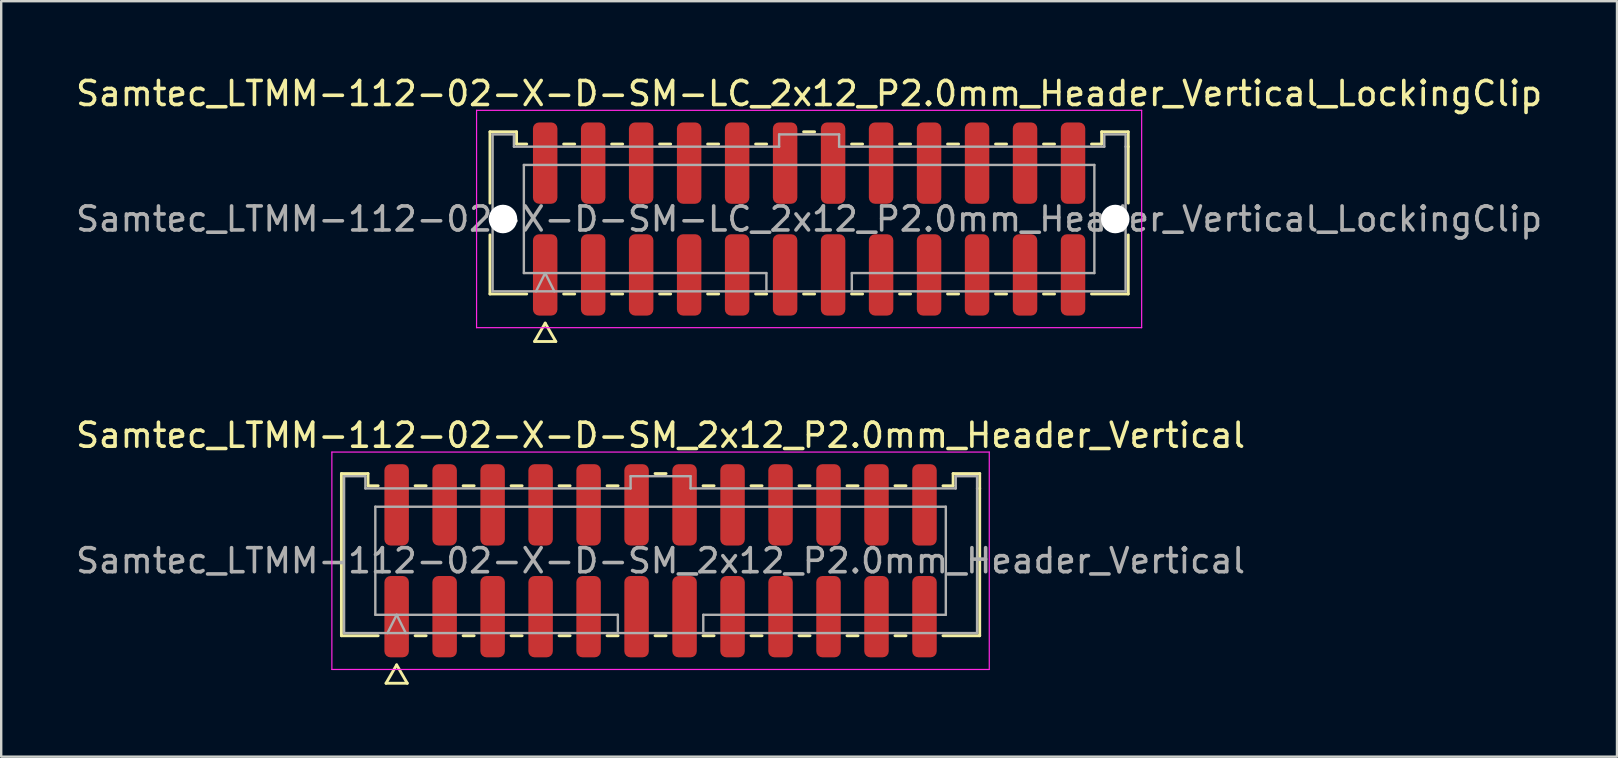
<source format=kicad_pcb>
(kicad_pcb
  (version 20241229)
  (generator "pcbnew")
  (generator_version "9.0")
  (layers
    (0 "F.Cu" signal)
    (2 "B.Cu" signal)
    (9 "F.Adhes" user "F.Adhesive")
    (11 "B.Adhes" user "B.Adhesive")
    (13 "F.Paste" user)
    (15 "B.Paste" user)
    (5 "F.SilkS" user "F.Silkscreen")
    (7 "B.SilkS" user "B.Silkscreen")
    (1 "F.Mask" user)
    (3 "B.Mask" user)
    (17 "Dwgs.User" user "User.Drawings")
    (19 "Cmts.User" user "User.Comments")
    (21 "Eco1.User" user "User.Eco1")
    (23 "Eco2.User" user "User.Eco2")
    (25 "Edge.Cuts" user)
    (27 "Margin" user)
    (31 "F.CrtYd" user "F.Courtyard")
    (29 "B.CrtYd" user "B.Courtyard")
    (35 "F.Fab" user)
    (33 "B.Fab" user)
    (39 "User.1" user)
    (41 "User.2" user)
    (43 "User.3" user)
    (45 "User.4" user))
  (footprint "Samtec_LTMM-112-02-X-D-SM_2x12_P2.0mm_Header_Vertical"
    (layer "F.Cu")
    (at 24.482 20.322)
    (property "Reference" "Samtec_LTMM-112-02-X-D-SM_2x12_P2.0mm_Header_Vertical" (at 0 -5.23 0) (layer "F.SilkS") (effects (font (size 1 1) (thickness 0.15))))
    (attr smd)
    (fp_line (start -13.302 -3.635) (end -12.193 -3.635) (stroke (width 0.12) (type solid)) (layer "F.SilkS"))
    (fp_line (start -13.302 3.125) (end -13.302 -3.635) (stroke (width 0.12) (type solid)) (layer "F.SilkS"))
    (fp_line (start -12.193 -3.635) (end -12.193 -3.125) (stroke (width 0.12) (type solid)) (layer "F.SilkS"))
    (fp_line (start -12.193 -3.125) (end -11.77 -3.125) (stroke (width 0.12) (type solid)) (layer "F.SilkS"))
    (fp_line (start -11.77 3.125) (end -13.302 3.125) (stroke (width 0.12) (type solid)) (layer "F.SilkS"))
    (fp_line (start -11.442 5.105) (end -11 4.34) (stroke (width 0.12) (type solid)) (layer "F.SilkS"))
    (fp_line (start -11 4.34) (end -10.558 5.105) (stroke (width 0.12) (type solid)) (layer "F.SilkS"))
    (fp_line (start -10.558 5.105) (end -11.442 5.105) (stroke (width 0.12) (type solid)) (layer "F.SilkS"))
    (fp_line (start -10.23 -3.125) (end -9.77 -3.125) (stroke (width 0.12) (type solid)) (layer "F.SilkS"))
    (fp_line (start -9.77 3.125) (end -10.23 3.125) (stroke (width 0.12) (type solid)) (layer "F.SilkS"))
    (fp_line (start -8.23 -3.125) (end -7.77 -3.125) (stroke (width 0.12) (type solid)) (layer "F.SilkS"))
    (fp_line (start -7.77 3.125) (end -8.23 3.125) (stroke (width 0.12) (type solid)) (layer "F.SilkS"))
    (fp_line (start -6.23 -3.125) (end -5.77 -3.125) (stroke (width 0.12) (type solid)) (layer "F.SilkS"))
    (fp_line (start -5.77 3.125) (end -6.23 3.125) (stroke (width 0.12) (type solid)) (layer "F.SilkS"))
    (fp_line (start -4.23 -3.125) (end -3.77 -3.125) (stroke (width 0.12) (type solid)) (layer "F.SilkS"))
    (fp_line (start -3.77 3.125) (end -4.23 3.125) (stroke (width 0.12) (type solid)) (layer "F.SilkS"))
    (fp_line (start -2.23 -3.125) (end -1.77 -3.125) (stroke (width 0.12) (type solid)) (layer "F.SilkS"))
    (fp_line (start -1.77 3.125) (end -2.23 3.125) (stroke (width 0.12) (type solid)) (layer "F.SilkS"))
    (fp_line (start -0.23 -3.635) (end 0.23 -3.635) (stroke (width 0.12) (type solid)) (layer "F.SilkS"))
    (fp_line (start 0.23 3.125) (end -0.23 3.125) (stroke (width 0.12) (type solid)) (layer "F.SilkS"))
    (fp_line (start 1.77 -3.125) (end 2.23 -3.125) (stroke (width 0.12) (type solid)) (layer "F.SilkS"))
    (fp_line (start 2.23 3.125) (end 1.77 3.125) (stroke (width 0.12) (type solid)) (layer "F.SilkS"))
    (fp_line (start 3.77 -3.125) (end 4.23 -3.125) (stroke (width 0.12) (type solid)) (layer "F.SilkS"))
    (fp_line (start 4.23 3.125) (end 3.77 3.125) (stroke (width 0.12) (type solid)) (layer "F.SilkS"))
    (fp_line (start 5.77 -3.125) (end 6.23 -3.125) (stroke (width 0.12) (type solid)) (layer "F.SilkS"))
    (fp_line (start 6.23 3.125) (end 5.77 3.125) (stroke (width 0.12) (type solid)) (layer "F.SilkS"))
    (fp_line (start 7.77 -3.125) (end 8.23 -3.125) (stroke (width 0.12) (type solid)) (layer "F.SilkS"))
    (fp_line (start 8.23 3.125) (end 7.77 3.125) (stroke (width 0.12) (type solid)) (layer "F.SilkS"))
    (fp_line (start 9.77 -3.125) (end 10.23 -3.125) (stroke (width 0.12) (type solid)) (layer "F.SilkS"))
    (fp_line (start 10.23 3.125) (end 9.77 3.125) (stroke (width 0.12) (type solid)) (layer "F.SilkS"))
    (fp_line (start 11.77 -3.125) (end 12.193 -3.125) (stroke (width 0.12) (type solid)) (layer "F.SilkS"))
    (fp_line (start 12.193 -3.635) (end 13.302 -3.635) (stroke (width 0.12) (type solid)) (layer "F.SilkS"))
    (fp_line (start 12.193 -3.125) (end 12.193 -3.635) (stroke (width 0.12) (type solid)) (layer "F.SilkS"))
    (fp_line (start 13.302 -3.635) (end 13.302 -3.015) (stroke (width 0.12) (type solid)) (layer "F.SilkS"))
    (fp_line (start 13.302 -3.015) (end 13.302 3.125) (stroke (width 0.12) (type solid)) (layer "F.SilkS"))
    (fp_line (start 13.302 3.125) (end 11.77 3.125) (stroke (width 0.12) (type solid)) (layer "F.SilkS"))
    (fp_line (start -13.7 -4.53) (end -13.7 4.53) (stroke (width 0.05) (type solid)) (layer "F.CrtYd"))
    (fp_line (start -13.7 4.53) (end 13.7 4.53) (stroke (width 0.05) (type solid)) (layer "F.CrtYd"))
    (fp_line (start 13.7 -4.53) (end -13.7 -4.53) (stroke (width 0.05) (type solid)) (layer "F.CrtYd"))
    (fp_line (start 13.7 4.53) (end 13.7 -4.53) (stroke (width 0.05) (type solid)) (layer "F.CrtYd"))
    (fp_line (start -13.191 -3.525) (end -12.303 -3.525) (stroke (width 0.1) (type solid)) (layer "F.Fab"))
    (fp_line (start -13.191 3.015) (end -13.191 -3.525) (stroke (width 0.1) (type solid)) (layer "F.Fab"))
    (fp_line (start -12.303 -3.525) (end -12.303 -3.015) (stroke (width 0.1) (type solid)) (layer "F.Fab"))
    (fp_line (start -12.303 -3.015) (end -1.25 -3.015) (stroke (width 0.1) (type solid)) (layer "F.Fab"))
    (fp_line (start -11.889 -2.253) (end 11.889 -2.253) (stroke (width 0.1) (type solid)) (layer "F.Fab"))
    (fp_line (start -11.889 2.253) (end -11.889 -2.253) (stroke (width 0.1) (type solid)) (layer "F.Fab"))
    (fp_line (start -11.381 3.015) (end -11 2.253) (stroke (width 0.1) (type solid)) (layer "F.Fab"))
    (fp_line (start -11 2.253) (end -10.619 3.015) (stroke (width 0.1) (type solid)) (layer "F.Fab"))
    (fp_line (start -1.78 2.253) (end -11.889 2.253) (stroke (width 0.1) (type solid)) (layer "F.Fab"))
    (fp_line (start -1.78 3.015) (end -1.78 2.253) (stroke (width 0.1) (type solid)) (layer "F.Fab"))
    (fp_line (start -1.25 -3.525) (end 1.25 -3.525) (stroke (width 0.1) (type solid)) (layer "F.Fab"))
    (fp_line (start -1.25 -3.015) (end -1.25 -3.525) (stroke (width 0.1) (type solid)) (layer "F.Fab"))
    (fp_line (start 1.25 -3.525) (end 1.25 -3.015) (stroke (width 0.1) (type solid)) (layer "F.Fab"))
    (fp_line (start 1.25 -3.015) (end 12.303 -3.015) (stroke (width 0.1) (type solid)) (layer "F.Fab"))
    (fp_line (start 1.78 2.253) (end 1.78 3.015) (stroke (width 0.1) (type solid)) (layer "F.Fab"))
    (fp_line (start 11.889 -2.253) (end 11.889 2.253) (stroke (width 0.1) (type solid)) (layer "F.Fab"))
    (fp_line (start 11.889 2.253) (end 1.78 2.253) (stroke (width 0.1) (type solid)) (layer "F.Fab"))
    (fp_line (start 12.303 -3.525) (end 13.191 -3.525) (stroke (width 0.1) (type solid)) (layer "F.Fab"))
    (fp_line (start 12.303 -3.015) (end 12.303 -3.525) (stroke (width 0.1) (type solid)) (layer "F.Fab"))
    (fp_line (start 13.191 -3.525) (end 13.191 -3.015) (stroke (width 0.1) (type solid)) (layer "F.Fab"))
    (fp_line (start 13.191 -3.015) (end 13.191 3.015) (stroke (width 0.1) (type solid)) (layer "F.Fab"))
    (fp_line (start 13.191 3.015) (end -13.191 3.015) (stroke (width 0.1) (type solid)) (layer "F.Fab"))
    (fp_text user "${REFERENCE}" (at 0 0 0) (layer "F.Fab") (effects (font (size 1 1) (thickness 0.15))))
    (pad "1" smd roundrect (at -11 2.33) (size 1.02 3.39) (layers "F.Cu" "F.Mask" "F.Paste") (roundrect_rratio 0.25))
    (pad "2" smd roundrect (at -11 -2.33) (size 1.02 3.39) (layers "F.Cu" "F.Mask" "F.Paste") (roundrect_rratio 0.25))
    (pad "3" smd roundrect (at -9 2.33) (size 1.02 3.39) (layers "F.Cu" "F.Mask" "F.Paste") (roundrect_rratio 0.25))
    (pad "4" smd roundrect (at -9 -2.33) (size 1.02 3.39) (layers "F.Cu" "F.Mask" "F.Paste") (roundrect_rratio 0.25))
    (pad "5" smd roundrect (at -7 2.33) (size 1.02 3.39) (layers "F.Cu" "F.Mask" "F.Paste") (roundrect_rratio 0.25))
    (pad "6" smd roundrect (at -7 -2.33) (size 1.02 3.39) (layers "F.Cu" "F.Mask" "F.Paste") (roundrect_rratio 0.25))
    (pad "7" smd roundrect (at -5 2.33) (size 1.02 3.39) (layers "F.Cu" "F.Mask" "F.Paste") (roundrect_rratio 0.25))
    (pad "8" smd roundrect (at -5 -2.33) (size 1.02 3.39) (layers "F.Cu" "F.Mask" "F.Paste") (roundrect_rratio 0.25))
    (pad "9" smd roundrect (at -3 2.33) (size 1.02 3.39) (layers "F.Cu" "F.Mask" "F.Paste") (roundrect_rratio 0.25))
    (pad "10" smd roundrect (at -3 -2.33) (size 1.02 3.39) (layers "F.Cu" "F.Mask" "F.Paste") (roundrect_rratio 0.25))
    (pad "11" smd roundrect (at -1 2.33) (size 1.02 3.39) (layers "F.Cu" "F.Mask" "F.Paste") (roundrect_rratio 0.25))
    (pad "12" smd roundrect (at -1 -2.33) (size 1.02 3.39) (layers "F.Cu" "F.Mask" "F.Paste") (roundrect_rratio 0.25))
    (pad "13" smd roundrect (at 1 2.33) (size 1.02 3.39) (layers "F.Cu" "F.Mask" "F.Paste") (roundrect_rratio 0.25))
    (pad "14" smd roundrect (at 1 -2.33) (size 1.02 3.39) (layers "F.Cu" "F.Mask" "F.Paste") (roundrect_rratio 0.25))
    (pad "15" smd roundrect (at 3 2.33) (size 1.02 3.39) (layers "F.Cu" "F.Mask" "F.Paste") (roundrect_rratio 0.25))
    (pad "16" smd roundrect (at 3 -2.33) (size 1.02 3.39) (layers "F.Cu" "F.Mask" "F.Paste") (roundrect_rratio 0.25))
    (pad "17" smd roundrect (at 5 2.33) (size 1.02 3.39) (layers "F.Cu" "F.Mask" "F.Paste") (roundrect_rratio 0.25))
    (pad "18" smd roundrect (at 5 -2.33) (size 1.02 3.39) (layers "F.Cu" "F.Mask" "F.Paste") (roundrect_rratio 0.25))
    (pad "19" smd roundrect (at 7 2.33) (size 1.02 3.39) (layers "F.Cu" "F.Mask" "F.Paste") (roundrect_rratio 0.25))
    (pad "20" smd roundrect (at 7 -2.33) (size 1.02 3.39) (layers "F.Cu" "F.Mask" "F.Paste") (roundrect_rratio 0.25))
    (pad "21" smd roundrect (at 9 2.33) (size 1.02 3.39) (layers "F.Cu" "F.Mask" "F.Paste") (roundrect_rratio 0.25))
    (pad "22" smd roundrect (at 9 -2.33) (size 1.02 3.39) (layers "F.Cu" "F.Mask" "F.Paste") (roundrect_rratio 0.25))
    (pad "23" smd roundrect (at 11 2.33) (size 1.02 3.39) (layers "F.Cu" "F.Mask" "F.Paste") (roundrect_rratio 0.25))
    (pad "24" smd roundrect (at 11 -2.33) (size 1.02 3.39) (layers "F.Cu" "F.Mask" "F.Paste") (roundrect_rratio 0.25)))
  (footprint "Samtec_LTMM-112-02-X-D-SM-LC_2x12_P2.0mm_Header_Vertical_LockingClip"
    (layer "F.Cu")
    (at 30.673 6.078)
    (property "Reference" "Samtec_LTMM-112-02-X-D-SM-LC_2x12_P2.0mm_Header_Vertical_LockingClip" (at 0 -5.23 0) (layer "F.SilkS") (effects (font (size 1 1) (thickness 0.15))))
    (attr smd)
    (fp_line (start -13.302 -3.635) (end -12.193 -3.635) (stroke (width 0.12) (type solid)) (layer "F.SilkS"))
    (fp_line (start -13.302 -0.662) (end -13.302 -3.635) (stroke (width 0.12) (type solid)) (layer "F.SilkS"))
    (fp_line (start -13.302 3.125) (end -13.302 0.662) (stroke (width 0.12) (type solid)) (layer "F.SilkS"))
    (fp_line (start -12.193 -3.635) (end -12.193 -3.125) (stroke (width 0.12) (type solid)) (layer "F.SilkS"))
    (fp_line (start -12.193 -3.125) (end -11.77 -3.125) (stroke (width 0.12) (type solid)) (layer "F.SilkS"))
    (fp_line (start -11.77 3.125) (end -13.302 3.125) (stroke (width 0.12) (type solid)) (layer "F.SilkS"))
    (fp_line (start -11.442 5.105) (end -11 4.34) (stroke (width 0.12) (type solid)) (layer "F.SilkS"))
    (fp_line (start -11 4.34) (end -10.558 5.105) (stroke (width 0.12) (type solid)) (layer "F.SilkS"))
    (fp_line (start -10.558 5.105) (end -11.442 5.105) (stroke (width 0.12) (type solid)) (layer "F.SilkS"))
    (fp_line (start -10.23 -3.125) (end -9.77 -3.125) (stroke (width 0.12) (type solid)) (layer "F.SilkS"))
    (fp_line (start -9.77 3.125) (end -10.23 3.125) (stroke (width 0.12) (type solid)) (layer "F.SilkS"))
    (fp_line (start -8.23 -3.125) (end -7.77 -3.125) (stroke (width 0.12) (type solid)) (layer "F.SilkS"))
    (fp_line (start -7.77 3.125) (end -8.23 3.125) (stroke (width 0.12) (type solid)) (layer "F.SilkS"))
    (fp_line (start -6.23 -3.125) (end -5.77 -3.125) (stroke (width 0.12) (type solid)) (layer "F.SilkS"))
    (fp_line (start -5.77 3.125) (end -6.23 3.125) (stroke (width 0.12) (type solid)) (layer "F.SilkS"))
    (fp_line (start -4.23 -3.125) (end -3.77 -3.125) (stroke (width 0.12) (type solid)) (layer "F.SilkS"))
    (fp_line (start -3.77 3.125) (end -4.23 3.125) (stroke (width 0.12) (type solid)) (layer "F.SilkS"))
    (fp_line (start -2.23 -3.125) (end -1.77 -3.125) (stroke (width 0.12) (type solid)) (layer "F.SilkS"))
    (fp_line (start -1.77 3.125) (end -2.23 3.125) (stroke (width 0.12) (type solid)) (layer "F.SilkS"))
    (fp_line (start -0.23 -3.635) (end 0.23 -3.635) (stroke (width 0.12) (type solid)) (layer "F.SilkS"))
    (fp_line (start 0.23 3.125) (end -0.23 3.125) (stroke (width 0.12) (type solid)) (layer "F.SilkS"))
    (fp_line (start 1.77 -3.125) (end 2.23 -3.125) (stroke (width 0.12) (type solid)) (layer "F.SilkS"))
    (fp_line (start 2.23 3.125) (end 1.77 3.125) (stroke (width 0.12) (type solid)) (layer "F.SilkS"))
    (fp_line (start 3.77 -3.125) (end 4.23 -3.125) (stroke (width 0.12) (type solid)) (layer "F.SilkS"))
    (fp_line (start 4.23 3.125) (end 3.77 3.125) (stroke (width 0.12) (type solid)) (layer "F.SilkS"))
    (fp_line (start 5.77 -3.125) (end 6.23 -3.125) (stroke (width 0.12) (type solid)) (layer "F.SilkS"))
    (fp_line (start 6.23 3.125) (end 5.77 3.125) (stroke (width 0.12) (type solid)) (layer "F.SilkS"))
    (fp_line (start 7.77 -3.125) (end 8.23 -3.125) (stroke (width 0.12) (type solid)) (layer "F.SilkS"))
    (fp_line (start 8.23 3.125) (end 7.77 3.125) (stroke (width 0.12) (type solid)) (layer "F.SilkS"))
    (fp_line (start 9.77 -3.125) (end 10.23 -3.125) (stroke (width 0.12) (type solid)) (layer "F.SilkS"))
    (fp_line (start 10.23 3.125) (end 9.77 3.125) (stroke (width 0.12) (type solid)) (layer "F.SilkS"))
    (fp_line (start 11.77 -3.125) (end 12.193 -3.125) (stroke (width 0.12) (type solid)) (layer "F.SilkS"))
    (fp_line (start 12.193 -3.635) (end 13.302 -3.635) (stroke (width 0.12) (type solid)) (layer "F.SilkS"))
    (fp_line (start 12.193 -3.125) (end 12.193 -3.635) (stroke (width 0.12) (type solid)) (layer "F.SilkS"))
    (fp_line (start 13.302 -3.635) (end 13.302 -3.015) (stroke (width 0.12) (type solid)) (layer "F.SilkS"))
    (fp_line (start 13.302 -3.015) (end 13.302 -0.662) (stroke (width 0.12) (type solid)) (layer "F.SilkS"))
    (fp_line (start 13.302 0.662) (end 13.302 3.125) (stroke (width 0.12) (type solid)) (layer "F.SilkS"))
    (fp_line (start 13.302 3.125) (end 11.77 3.125) (stroke (width 0.12) (type solid)) (layer "F.SilkS"))
    (fp_line (start -13.86 -4.53) (end -13.86 4.53) (stroke (width 0.05) (type solid)) (layer "F.CrtYd"))
    (fp_line (start -13.86 4.53) (end 13.86 4.53) (stroke (width 0.05) (type solid)) (layer "F.CrtYd"))
    (fp_line (start 13.86 -4.53) (end -13.86 -4.53) (stroke (width 0.05) (type solid)) (layer "F.CrtYd"))
    (fp_line (start 13.86 4.53) (end 13.86 -4.53) (stroke (width 0.05) (type solid)) (layer "F.CrtYd"))
    (fp_line (start -13.191 -3.525) (end -12.303 -3.525) (stroke (width 0.1) (type solid)) (layer "F.Fab"))
    (fp_line (start -13.191 3.015) (end -13.191 -3.525) (stroke (width 0.1) (type solid)) (layer "F.Fab"))
    (fp_line (start -12.303 -3.525) (end -12.303 -3.015) (stroke (width 0.1) (type solid)) (layer "F.Fab"))
    (fp_line (start -12.303 -3.015) (end -1.25 -3.015) (stroke (width 0.1) (type solid)) (layer "F.Fab"))
    (fp_line (start -11.889 -2.253) (end 11.889 -2.253) (stroke (width 0.1) (type solid)) (layer "F.Fab"))
    (fp_line (start -11.889 2.253) (end -11.889 -2.253) (stroke (width 0.1) (type solid)) (layer "F.Fab"))
    (fp_line (start -11.381 3.015) (end -11 2.253) (stroke (width 0.1) (type solid)) (layer "F.Fab"))
    (fp_line (start -11 2.253) (end -10.619 3.015) (stroke (width 0.1) (type solid)) (layer "F.Fab"))
    (fp_line (start -1.78 2.253) (end -11.889 2.253) (stroke (width 0.1) (type solid)) (layer "F.Fab"))
    (fp_line (start -1.78 3.015) (end -1.78 2.253) (stroke (width 0.1) (type solid)) (layer "F.Fab"))
    (fp_line (start -1.25 -3.525) (end 1.25 -3.525) (stroke (width 0.1) (type solid)) (layer "F.Fab"))
    (fp_line (start -1.25 -3.015) (end -1.25 -3.525) (stroke (width 0.1) (type solid)) (layer "F.Fab"))
    (fp_line (start 1.25 -3.525) (end 1.25 -3.015) (stroke (width 0.1) (type solid)) (layer "F.Fab"))
    (fp_line (start 1.25 -3.015) (end 12.303 -3.015) (stroke (width 0.1) (type solid)) (layer "F.Fab"))
    (fp_line (start 1.78 2.253) (end 1.78 3.015) (stroke (width 0.1) (type solid)) (layer "F.Fab"))
    (fp_line (start 11.889 -2.253) (end 11.889 2.253) (stroke (width 0.1) (type solid)) (layer "F.Fab"))
    (fp_line (start 11.889 2.253) (end 1.78 2.253) (stroke (width 0.1) (type solid)) (layer "F.Fab"))
    (fp_line (start 12.303 -3.525) (end 13.191 -3.525) (stroke (width 0.1) (type solid)) (layer "F.Fab"))
    (fp_line (start 12.303 -3.015) (end 12.303 -3.525) (stroke (width 0.1) (type solid)) (layer "F.Fab"))
    (fp_line (start 13.191 -3.525) (end 13.191 -3.015) (stroke (width 0.1) (type solid)) (layer "F.Fab"))
    (fp_line (start 13.191 -3.015) (end 13.191 3.015) (stroke (width 0.1) (type solid)) (layer "F.Fab"))
    (fp_line (start 13.191 3.015) (end -13.191 3.015) (stroke (width 0.1) (type solid)) (layer "F.Fab"))
    (fp_text user "${REFERENCE}" (at 0 0 0) (layer "F.Fab") (effects (font (size 1 1) (thickness 0.15))))
    (pad "" np_thru_hole circle (at -12.76 0) (size 1.19 1.19) (drill 1.19) (layers "*.Cu" "*.Mask"))
    (pad "" np_thru_hole circle (at 12.76 0) (size 1.19 1.19) (drill 1.19) (layers "*.Cu" "*.Mask"))
    (pad "1" smd roundrect (at -11 2.33) (size 1.02 3.39) (layers "F.Cu" "F.Mask" "F.Paste") (roundrect_rratio 0.25))
    (pad "2" smd roundrect (at -11 -2.33) (size 1.02 3.39) (layers "F.Cu" "F.Mask" "F.Paste") (roundrect_rratio 0.25))
    (pad "3" smd roundrect (at -9 2.33) (size 1.02 3.39) (layers "F.Cu" "F.Mask" "F.Paste") (roundrect_rratio 0.25))
    (pad "4" smd roundrect (at -9 -2.33) (size 1.02 3.39) (layers "F.Cu" "F.Mask" "F.Paste") (roundrect_rratio 0.25))
    (pad "5" smd roundrect (at -7 2.33) (size 1.02 3.39) (layers "F.Cu" "F.Mask" "F.Paste") (roundrect_rratio 0.25))
    (pad "6" smd roundrect (at -7 -2.33) (size 1.02 3.39) (layers "F.Cu" "F.Mask" "F.Paste") (roundrect_rratio 0.25))
    (pad "7" smd roundrect (at -5 2.33) (size 1.02 3.39) (layers "F.Cu" "F.Mask" "F.Paste") (roundrect_rratio 0.25))
    (pad "8" smd roundrect (at -5 -2.33) (size 1.02 3.39) (layers "F.Cu" "F.Mask" "F.Paste") (roundrect_rratio 0.25))
    (pad "9" smd roundrect (at -3 2.33) (size 1.02 3.39) (layers "F.Cu" "F.Mask" "F.Paste") (roundrect_rratio 0.25))
    (pad "10" smd roundrect (at -3 -2.33) (size 1.02 3.39) (layers "F.Cu" "F.Mask" "F.Paste") (roundrect_rratio 0.25))
    (pad "11" smd roundrect (at -1 2.33) (size 1.02 3.39) (layers "F.Cu" "F.Mask" "F.Paste") (roundrect_rratio 0.25))
    (pad "12" smd roundrect (at -1 -2.33) (size 1.02 3.39) (layers "F.Cu" "F.Mask" "F.Paste") (roundrect_rratio 0.25))
    (pad "13" smd roundrect (at 1 2.33) (size 1.02 3.39) (layers "F.Cu" "F.Mask" "F.Paste") (roundrect_rratio 0.25))
    (pad "14" smd roundrect (at 1 -2.33) (size 1.02 3.39) (layers "F.Cu" "F.Mask" "F.Paste") (roundrect_rratio 0.25))
    (pad "15" smd roundrect (at 3 2.33) (size 1.02 3.39) (layers "F.Cu" "F.Mask" "F.Paste") (roundrect_rratio 0.25))
    (pad "16" smd roundrect (at 3 -2.33) (size 1.02 3.39) (layers "F.Cu" "F.Mask" "F.Paste") (roundrect_rratio 0.25))
    (pad "17" smd roundrect (at 5 2.33) (size 1.02 3.39) (layers "F.Cu" "F.Mask" "F.Paste") (roundrect_rratio 0.25))
    (pad "18" smd roundrect (at 5 -2.33) (size 1.02 3.39) (layers "F.Cu" "F.Mask" "F.Paste") (roundrect_rratio 0.25))
    (pad "19" smd roundrect (at 7 2.33) (size 1.02 3.39) (layers "F.Cu" "F.Mask" "F.Paste") (roundrect_rratio 0.25))
    (pad "20" smd roundrect (at 7 -2.33) (size 1.02 3.39) (layers "F.Cu" "F.Mask" "F.Paste") (roundrect_rratio 0.25))
    (pad "21" smd roundrect (at 9 2.33) (size 1.02 3.39) (layers "F.Cu" "F.Mask" "F.Paste") (roundrect_rratio 0.25))
    (pad "22" smd roundrect (at 9 -2.33) (size 1.02 3.39) (layers "F.Cu" "F.Mask" "F.Paste") (roundrect_rratio 0.25))
    (pad "23" smd roundrect (at 11 2.33) (size 1.02 3.39) (layers "F.Cu" "F.Mask" "F.Paste") (roundrect_rratio 0.25))
    (pad "24" smd roundrect (at 11 -2.33) (size 1.02 3.39) (layers "F.Cu" "F.Mask" "F.Paste") (roundrect_rratio 0.25)))
  (gr_rect
    (start -3 -3)
    (end 64.345 28.486)
    (stroke (width 0.1) (type default))
    (fill no)
    (layer "Edge.Cuts")))
</source>
